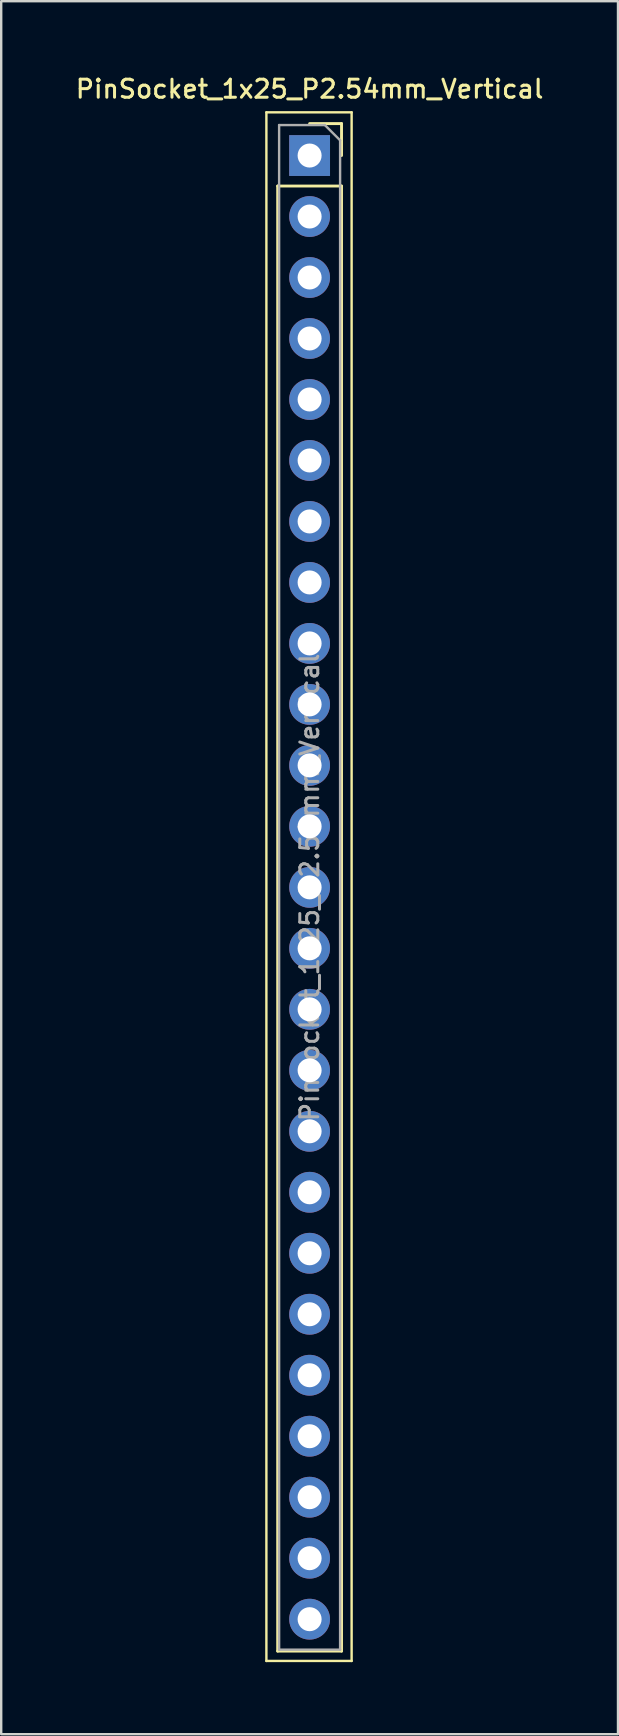
<source format=kicad_pcb>
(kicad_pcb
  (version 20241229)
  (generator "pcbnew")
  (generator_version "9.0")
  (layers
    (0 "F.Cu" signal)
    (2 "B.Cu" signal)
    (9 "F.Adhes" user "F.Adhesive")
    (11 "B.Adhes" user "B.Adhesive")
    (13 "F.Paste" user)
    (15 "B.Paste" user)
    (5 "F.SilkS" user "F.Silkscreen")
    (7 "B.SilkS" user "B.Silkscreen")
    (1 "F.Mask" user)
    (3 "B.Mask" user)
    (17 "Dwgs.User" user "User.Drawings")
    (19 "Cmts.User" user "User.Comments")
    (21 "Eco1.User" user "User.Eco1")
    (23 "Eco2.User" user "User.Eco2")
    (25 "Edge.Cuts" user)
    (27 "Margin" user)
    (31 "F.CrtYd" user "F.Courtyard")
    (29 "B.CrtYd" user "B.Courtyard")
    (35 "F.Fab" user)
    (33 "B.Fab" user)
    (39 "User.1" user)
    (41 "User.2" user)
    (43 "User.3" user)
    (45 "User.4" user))
  (footprint "PinSocket_1x25_P2.54mm_Vertical"
    (layer "F.Cu")
    (at 9.845 3.428)
    (property "Reference" "PinSocket_1x25_P2.54mm_Vertical" (at 0 -2.77 0) (layer "F.SilkS") (effects (font (size 0.75 0.75) (thickness 0.125))))
    (attr through_hole)
    (fp_line (start -1.8 -1.8) (end 1.75 -1.8) (stroke (width 0.1) (type solid)) (layer "F.SilkS"))
    (fp_line (start -1.8 62.7) (end -1.8 -1.8) (stroke (width 0.1) (type solid)) (layer "F.SilkS"))
    (fp_line (start -1.33 1.27) (end -1.33 62.29) (stroke (width 0.12) (type solid)) (layer "F.SilkS"))
    (fp_line (start -1.33 1.27) (end 1.33 1.27) (stroke (width 0.12) (type solid)) (layer "F.SilkS"))
    (fp_line (start -1.33 62.29) (end 1.33 62.29) (stroke (width 0.12) (type solid)) (layer "F.SilkS"))
    (fp_line (start 0 -1.33) (end 1.33 -1.33) (stroke (width 0.12) (type solid)) (layer "F.SilkS"))
    (fp_line (start 1.33 -1.33) (end 1.33 0) (stroke (width 0.12) (type solid)) (layer "F.SilkS"))
    (fp_line (start 1.33 1.27) (end 1.33 62.29) (stroke (width 0.12) (type solid)) (layer "F.SilkS"))
    (fp_line (start 1.75 -1.8) (end 1.75 62.7) (stroke (width 0.1) (type solid)) (layer "F.SilkS"))
    (fp_line (start 1.75 62.7) (end -1.8 62.7) (stroke (width 0.1) (type solid)) (layer "F.SilkS"))
    (fp_line (start -1.27 -1.27) (end 0.635 -1.27) (stroke (width 0.1) (type solid)) (layer "F.Fab"))
    (fp_line (start -1.27 62.23) (end -1.27 -1.27) (stroke (width 0.1) (type solid)) (layer "F.Fab"))
    (fp_line (start 0.635 -1.27) (end 1.27 -0.635) (stroke (width 0.1) (type solid)) (layer "F.Fab"))
    (fp_line (start 1.27 -0.635) (end 1.27 62.23) (stroke (width 0.1) (type solid)) (layer "F.Fab"))
    (fp_line (start 1.27 62.23) (end -1.27 62.23) (stroke (width 0.1) (type solid)) (layer "F.Fab"))
    (fp_text user "${REFERENCE}" (at 0 30.48 90) (layer "F.Fab") (effects (font (size 0.75 0.75) (thickness 0.125))))
    (pad "1" thru_hole rect (at 0 0) (size 1.7 1.7) (drill 1) (layers "*.Cu" "*.Mask"))
    (pad "2" thru_hole oval (at 0 2.54) (size 1.7 1.7) (drill 1) (layers "*.Cu" "*.Mask"))
    (pad "3" thru_hole oval (at 0 5.08) (size 1.7 1.7) (drill 1) (layers "*.Cu" "*.Mask"))
    (pad "4" thru_hole oval (at 0 7.62) (size 1.7 1.7) (drill 1) (layers "*.Cu" "*.Mask"))
    (pad "5" thru_hole oval (at 0 10.16) (size 1.7 1.7) (drill 1) (layers "*.Cu" "*.Mask"))
    (pad "6" thru_hole oval (at 0 12.7) (size 1.7 1.7) (drill 1) (layers "*.Cu" "*.Mask"))
    (pad "7" thru_hole oval (at 0 15.24) (size 1.7 1.7) (drill 1) (layers "*.Cu" "*.Mask"))
    (pad "8" thru_hole oval (at 0 17.78) (size 1.7 1.7) (drill 1) (layers "*.Cu" "*.Mask"))
    (pad "9" thru_hole oval (at 0 20.32) (size 1.7 1.7) (drill 1) (layers "*.Cu" "*.Mask"))
    (pad "10" thru_hole oval (at 0 22.86) (size 1.7 1.7) (drill 1) (layers "*.Cu" "*.Mask"))
    (pad "11" thru_hole oval (at 0 25.4) (size 1.7 1.7) (drill 1) (layers "*.Cu" "*.Mask"))
    (pad "12" thru_hole oval (at 0 27.94) (size 1.7 1.7) (drill 1) (layers "*.Cu" "*.Mask"))
    (pad "13" thru_hole oval (at 0 30.48) (size 1.7 1.7) (drill 1) (layers "*.Cu" "*.Mask"))
    (pad "14" thru_hole oval (at 0 33.02) (size 1.7 1.7) (drill 1) (layers "*.Cu" "*.Mask"))
    (pad "15" thru_hole oval (at 0 35.56) (size 1.7 1.7) (drill 1) (layers "*.Cu" "*.Mask"))
    (pad "16" thru_hole oval (at 0 38.1) (size 1.7 1.7) (drill 1) (layers "*.Cu" "*.Mask"))
    (pad "17" thru_hole oval (at 0 40.64) (size 1.7 1.7) (drill 1) (layers "*.Cu" "*.Mask"))
    (pad "18" thru_hole oval (at 0 43.18) (size 1.7 1.7) (drill 1) (layers "*.Cu" "*.Mask"))
    (pad "19" thru_hole oval (at 0 45.72) (size 1.7 1.7) (drill 1) (layers "*.Cu" "*.Mask"))
    (pad "20" thru_hole oval (at 0 48.26) (size 1.7 1.7) (drill 1) (layers "*.Cu" "*.Mask"))
    (pad "21" thru_hole oval (at 0 50.8) (size 1.7 1.7) (drill 1) (layers "*.Cu" "*.Mask"))
    (pad "22" thru_hole oval (at 0 53.34) (size 1.7 1.7) (drill 1) (layers "*.Cu" "*.Mask"))
    (pad "23" thru_hole oval (at 0 55.88) (size 1.7 1.7) (drill 1) (layers "*.Cu" "*.Mask"))
    (pad "24" thru_hole oval (at 0 58.42) (size 1.7 1.7) (drill 1) (layers "*.Cu" "*.Mask"))
    (pad "25" thru_hole oval (at 0 60.96) (size 1.7 1.7) (drill 1) (layers "*.Cu" "*.Mask")))
  (gr_rect
    (start -3 -3)
    (end 22.689 69.178)
    (stroke (width 0.1) (type default))
    (fill no)
    (layer "Edge.Cuts")))
</source>
